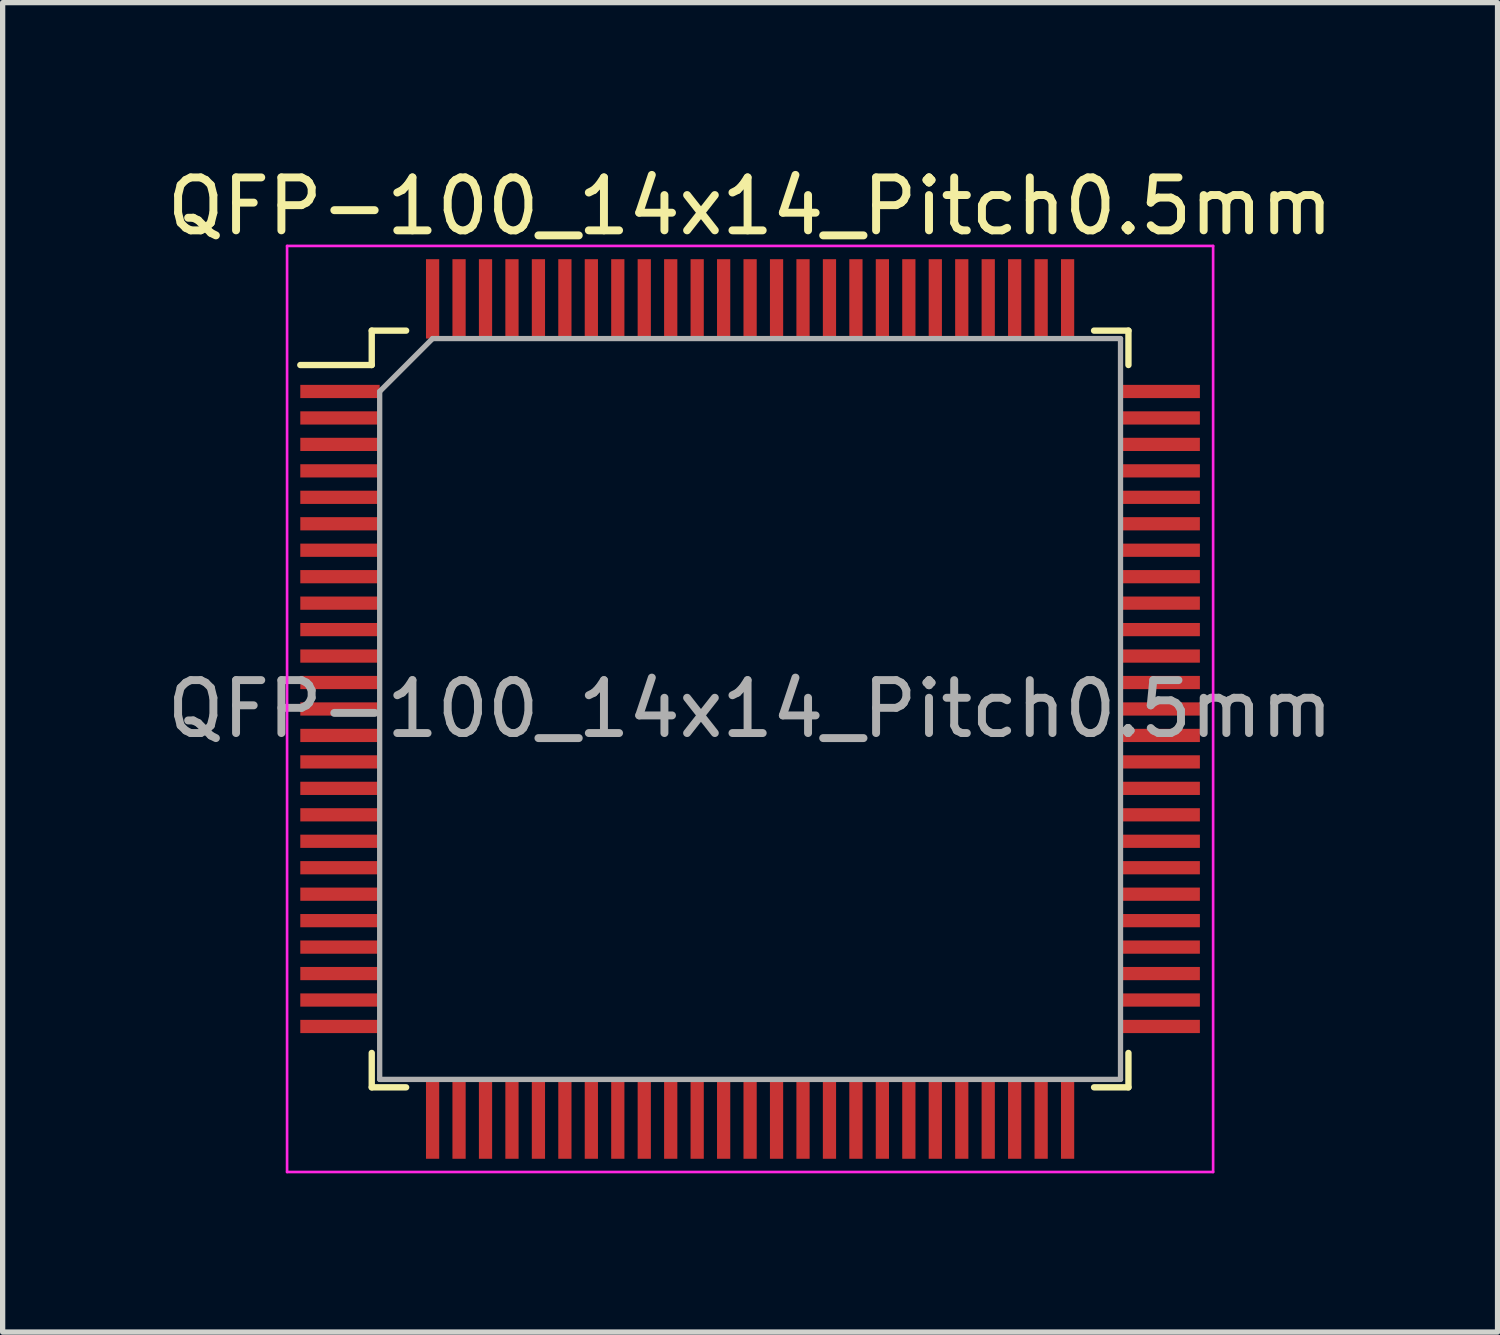
<source format=kicad_pcb>
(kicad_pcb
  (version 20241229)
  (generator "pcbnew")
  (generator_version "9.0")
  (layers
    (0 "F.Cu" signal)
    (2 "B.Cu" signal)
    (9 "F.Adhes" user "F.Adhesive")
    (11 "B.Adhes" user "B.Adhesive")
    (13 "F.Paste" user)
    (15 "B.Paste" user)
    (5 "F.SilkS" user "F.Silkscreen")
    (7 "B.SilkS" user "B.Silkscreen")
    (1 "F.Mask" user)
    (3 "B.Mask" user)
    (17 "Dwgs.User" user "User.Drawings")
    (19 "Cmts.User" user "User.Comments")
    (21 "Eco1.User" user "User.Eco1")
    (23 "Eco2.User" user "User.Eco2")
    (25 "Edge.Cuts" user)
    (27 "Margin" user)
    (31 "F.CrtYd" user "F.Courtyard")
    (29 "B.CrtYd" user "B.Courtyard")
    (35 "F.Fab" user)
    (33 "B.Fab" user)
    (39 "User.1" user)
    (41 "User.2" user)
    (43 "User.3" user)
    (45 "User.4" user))
  (footprint "QFP-100_14x14_Pitch0.5mm"
    (layer "F.Cu")
    (at 11.125 10.348)
    (property "Reference" "QFP-100_14x14_Pitch0.5mm" (at 0 -9.5 0) (layer "F.SilkS") (effects (font (size 1 1) (thickness 0.15))))
    (attr smd)
    (fp_line (start -7.15 -7.15) (end -7.15 -6.5) (stroke (width 0.12) (type default)) (layer "F.SilkS"))
    (fp_line (start -7.15 -6.5) (end -8.5 -6.5) (stroke (width 0.12) (type default)) (layer "F.SilkS"))
    (fp_line (start -7.15 7.15) (end -7.15 6.5) (stroke (width 0.12) (type default)) (layer "F.SilkS"))
    (fp_line (start -6.5 -7.15) (end -7.15 -7.15) (stroke (width 0.12) (type default)) (layer "F.SilkS"))
    (fp_line (start -6.5 7.15) (end -7.15 7.15) (stroke (width 0.12) (type default)) (layer "F.SilkS"))
    (fp_line (start 6.5 -7.15) (end 7.15 -7.15) (stroke (width 0.12) (type default)) (layer "F.SilkS"))
    (fp_line (start 6.5 7.15) (end 7.15 7.15) (stroke (width 0.12) (type default)) (layer "F.SilkS"))
    (fp_line (start 7.15 -7.15) (end 7.15 -6.5) (stroke (width 0.12) (type default)) (layer "F.SilkS"))
    (fp_line (start 7.15 7.15) (end 7.15 6.5) (stroke (width 0.12) (type default)) (layer "F.SilkS"))
    (fp_line (start -8.75 -8.75) (end 8.75 -8.75) (stroke (width 0.05) (type default)) (layer "F.CrtYd"))
    (fp_line (start -8.75 8.75) (end -8.75 -8.75) (stroke (width 0.05) (type default)) (layer "F.CrtYd"))
    (fp_line (start 8.75 -8.75) (end 8.75 8.75) (stroke (width 0.05) (type default)) (layer "F.CrtYd"))
    (fp_line (start 8.75 8.75) (end -8.75 8.75) (stroke (width 0.05) (type default)) (layer "F.CrtYd"))
    (fp_line (start -7 -6) (end -7 7) (stroke (width 0.1) (type default)) (layer "F.Fab"))
    (fp_line (start -7 7) (end 7 7) (stroke (width 0.1) (type default)) (layer "F.Fab"))
    (fp_line (start -6 -7) (end -7 -6) (stroke (width 0.1) (type default)) (layer "F.Fab"))
    (fp_line (start 7 -7) (end -6 -7) (stroke (width 0.1) (type default)) (layer "F.Fab"))
    (fp_line (start 7 7) (end 7 -7) (stroke (width 0.1) (type default)) (layer "F.Fab"))
    (fp_text user "${REFERENCE}" (at 0 0 0) (layer "F.Fab") (effects (font (size 1 1) (thickness 0.15))))
    (pad "1" smd rect (at -7.75 -6 90) (size 0.25 1.5) (layers "F.Cu" "F.Mask" "F.Paste"))
    (pad "2" smd rect (at -7.75 -5.5 90) (size 0.25 1.5) (layers "F.Cu" "F.Mask" "F.Paste"))
    (pad "3" smd rect (at -7.75 -5 90) (size 0.25 1.5) (layers "F.Cu" "F.Mask" "F.Paste"))
    (pad "4" smd rect (at -7.75 -4.5 90) (size 0.25 1.5) (layers "F.Cu" "F.Mask" "F.Paste"))
    (pad "5" smd rect (at -7.75 -4 90) (size 0.25 1.5) (layers "F.Cu" "F.Mask" "F.Paste"))
    (pad "6" smd rect (at -7.75 -3.5 90) (size 0.25 1.5) (layers "F.Cu" "F.Mask" "F.Paste"))
    (pad "7" smd rect (at -7.75 -3 90) (size 0.25 1.5) (layers "F.Cu" "F.Mask" "F.Paste"))
    (pad "8" smd rect (at -7.75 -2.5 90) (size 0.25 1.5) (layers "F.Cu" "F.Mask" "F.Paste"))
    (pad "9" smd rect (at -7.75 -2 90) (size 0.25 1.5) (layers "F.Cu" "F.Mask" "F.Paste"))
    (pad "10" smd rect (at -7.75 -1.5 90) (size 0.25 1.5) (layers "F.Cu" "F.Mask" "F.Paste"))
    (pad "11" smd rect (at -7.75 -1 90) (size 0.25 1.5) (layers "F.Cu" "F.Mask" "F.Paste"))
    (pad "12" smd rect (at -7.75 -0.5 90) (size 0.25 1.5) (layers "F.Cu" "F.Mask" "F.Paste"))
    (pad "13" smd rect (at -7.75 0 90) (size 0.25 1.5) (layers "F.Cu" "F.Mask" "F.Paste"))
    (pad "14" smd rect (at -7.75 0.5 90) (size 0.25 1.5) (layers "F.Cu" "F.Mask" "F.Paste"))
    (pad "15" smd rect (at -7.75 1 90) (size 0.25 1.5) (layers "F.Cu" "F.Mask" "F.Paste"))
    (pad "16" smd rect (at -7.75 1.5 90) (size 0.25 1.5) (layers "F.Cu" "F.Mask" "F.Paste"))
    (pad "17" smd rect (at -7.75 2 90) (size 0.25 1.5) (layers "F.Cu" "F.Mask" "F.Paste"))
    (pad "18" smd rect (at -7.75 2.5 90) (size 0.25 1.5) (layers "F.Cu" "F.Mask" "F.Paste"))
    (pad "19" smd rect (at -7.75 3 90) (size 0.25 1.5) (layers "F.Cu" "F.Mask" "F.Paste"))
    (pad "20" smd rect (at -7.75 3.5 90) (size 0.25 1.5) (layers "F.Cu" "F.Mask" "F.Paste"))
    (pad "21" smd rect (at -7.75 4 90) (size 0.25 1.5) (layers "F.Cu" "F.Mask" "F.Paste"))
    (pad "22" smd rect (at -7.75 4.5 90) (size 0.25 1.5) (layers "F.Cu" "F.Mask" "F.Paste"))
    (pad "23" smd rect (at -7.75 5 90) (size 0.25 1.5) (layers "F.Cu" "F.Mask" "F.Paste"))
    (pad "24" smd rect (at -7.75 5.5 90) (size 0.25 1.5) (layers "F.Cu" "F.Mask" "F.Paste"))
    (pad "25" smd rect (at -7.75 6 90) (size 0.25 1.5) (layers "F.Cu" "F.Mask" "F.Paste"))
    (pad "26" smd rect (at -6 7.75) (size 0.25 1.5) (layers "F.Cu" "F.Mask" "F.Paste"))
    (pad "27" smd rect (at -5.5 7.75) (size 0.25 1.5) (layers "F.Cu" "F.Mask" "F.Paste"))
    (pad "28" smd rect (at -5 7.75) (size 0.25 1.5) (layers "F.Cu" "F.Mask" "F.Paste"))
    (pad "29" smd rect (at -4.5 7.75) (size 0.25 1.5) (layers "F.Cu" "F.Mask" "F.Paste"))
    (pad "30" smd rect (at -4 7.75) (size 0.25 1.5) (layers "F.Cu" "F.Mask" "F.Paste"))
    (pad "31" smd rect (at -3.5 7.75) (size 0.25 1.5) (layers "F.Cu" "F.Mask" "F.Paste"))
    (pad "32" smd rect (at -3 7.75) (size 0.25 1.5) (layers "F.Cu" "F.Mask" "F.Paste"))
    (pad "33" smd rect (at -2.5 7.75) (size 0.25 1.5) (layers "F.Cu" "F.Mask" "F.Paste"))
    (pad "34" smd rect (at -2 7.75) (size 0.25 1.5) (layers "F.Cu" "F.Mask" "F.Paste"))
    (pad "35" smd rect (at -1.5 7.75) (size 0.25 1.5) (layers "F.Cu" "F.Mask" "F.Paste"))
    (pad "36" smd rect (at -1 7.75) (size 0.25 1.5) (layers "F.Cu" "F.Mask" "F.Paste"))
    (pad "37" smd rect (at -0.5 7.75) (size 0.25 1.5) (layers "F.Cu" "F.Mask" "F.Paste"))
    (pad "38" smd rect (at 0 7.75) (size 0.25 1.5) (layers "F.Cu" "F.Mask" "F.Paste"))
    (pad "39" smd rect (at 0.5 7.75) (size 0.25 1.5) (layers "F.Cu" "F.Mask" "F.Paste"))
    (pad "40" smd rect (at 1 7.75) (size 0.25 1.5) (layers "F.Cu" "F.Mask" "F.Paste"))
    (pad "41" smd rect (at 1.5 7.75) (size 0.25 1.5) (layers "F.Cu" "F.Mask" "F.Paste"))
    (pad "42" smd rect (at 2 7.75) (size 0.25 1.5) (layers "F.Cu" "F.Mask" "F.Paste"))
    (pad "43" smd rect (at 2.5 7.75) (size 0.25 1.5) (layers "F.Cu" "F.Mask" "F.Paste"))
    (pad "44" smd rect (at 3 7.75) (size 0.25 1.5) (layers "F.Cu" "F.Mask" "F.Paste"))
    (pad "45" smd rect (at 3.5 7.75) (size 0.25 1.5) (layers "F.Cu" "F.Mask" "F.Paste"))
    (pad "46" smd rect (at 4 7.75) (size 0.25 1.5) (layers "F.Cu" "F.Mask" "F.Paste"))
    (pad "47" smd rect (at 4.5 7.75) (size 0.25 1.5) (layers "F.Cu" "F.Mask" "F.Paste"))
    (pad "48" smd rect (at 5 7.75) (size 0.25 1.5) (layers "F.Cu" "F.Mask" "F.Paste"))
    (pad "49" smd rect (at 5.5 7.75) (size 0.25 1.5) (layers "F.Cu" "F.Mask" "F.Paste"))
    (pad "50" smd rect (at 6 7.75) (size 0.25 1.5) (layers "F.Cu" "F.Mask" "F.Paste"))
    (pad "51" smd rect (at 7.75 6 90) (size 0.25 1.5) (layers "F.Cu" "F.Mask" "F.Paste"))
    (pad "52" smd rect (at 7.75 5.5 90) (size 0.25 1.5) (layers "F.Cu" "F.Mask" "F.Paste"))
    (pad "53" smd rect (at 7.75 5 90) (size 0.25 1.5) (layers "F.Cu" "F.Mask" "F.Paste"))
    (pad "54" smd rect (at 7.75 4.5 90) (size 0.25 1.5) (layers "F.Cu" "F.Mask" "F.Paste"))
    (pad "55" smd rect (at 7.75 4 90) (size 0.25 1.5) (layers "F.Cu" "F.Mask" "F.Paste"))
    (pad "56" smd rect (at 7.75 3.5 90) (size 0.25 1.5) (layers "F.Cu" "F.Mask" "F.Paste"))
    (pad "57" smd rect (at 7.75 3 90) (size 0.25 1.5) (layers "F.Cu" "F.Mask" "F.Paste"))
    (pad "58" smd rect (at 7.75 2.5 90) (size 0.25 1.5) (layers "F.Cu" "F.Mask" "F.Paste"))
    (pad "59" smd rect (at 7.75 2 90) (size 0.25 1.5) (layers "F.Cu" "F.Mask" "F.Paste"))
    (pad "60" smd rect (at 7.75 1.5 90) (size 0.25 1.5) (layers "F.Cu" "F.Mask" "F.Paste"))
    (pad "61" smd rect (at 7.75 1 90) (size 0.25 1.5) (layers "F.Cu" "F.Mask" "F.Paste"))
    (pad "62" smd rect (at 7.75 0.5 90) (size 0.25 1.5) (layers "F.Cu" "F.Mask" "F.Paste"))
    (pad "63" smd rect (at 7.75 0 90) (size 0.25 1.5) (layers "F.Cu" "F.Mask" "F.Paste"))
    (pad "64" smd rect (at 7.75 -0.5 90) (size 0.25 1.5) (layers "F.Cu" "F.Mask" "F.Paste"))
    (pad "65" smd rect (at 7.75 -1 90) (size 0.25 1.5) (layers "F.Cu" "F.Mask" "F.Paste"))
    (pad "66" smd rect (at 7.75 -1.5 90) (size 0.25 1.5) (layers "F.Cu" "F.Mask" "F.Paste"))
    (pad "67" smd rect (at 7.75 -2 90) (size 0.25 1.5) (layers "F.Cu" "F.Mask" "F.Paste"))
    (pad "68" smd rect (at 7.75 -2.5 90) (size 0.25 1.5) (layers "F.Cu" "F.Mask" "F.Paste"))
    (pad "69" smd rect (at 7.75 -3 90) (size 0.25 1.5) (layers "F.Cu" "F.Mask" "F.Paste"))
    (pad "70" smd rect (at 7.75 -3.5 90) (size 0.25 1.5) (layers "F.Cu" "F.Mask" "F.Paste"))
    (pad "71" smd rect (at 7.75 -4 90) (size 0.25 1.5) (layers "F.Cu" "F.Mask" "F.Paste"))
    (pad "72" smd rect (at 7.75 -4.5 90) (size 0.25 1.5) (layers "F.Cu" "F.Mask" "F.Paste"))
    (pad "73" smd rect (at 7.75 -5 90) (size 0.25 1.5) (layers "F.Cu" "F.Mask" "F.Paste"))
    (pad "74" smd rect (at 7.75 -5.5 90) (size 0.25 1.5) (layers "F.Cu" "F.Mask" "F.Paste"))
    (pad "75" smd rect (at 7.75 -6 90) (size 0.25 1.5) (layers "F.Cu" "F.Mask" "F.Paste"))
    (pad "76" smd rect (at 6 -7.75) (size 0.25 1.5) (layers "F.Cu" "F.Mask" "F.Paste"))
    (pad "77" smd rect (at 5.5 -7.75) (size 0.25 1.5) (layers "F.Cu" "F.Mask" "F.Paste"))
    (pad "78" smd rect (at 5 -7.75) (size 0.25 1.5) (layers "F.Cu" "F.Mask" "F.Paste"))
    (pad "79" smd rect (at 4.5 -7.75) (size 0.25 1.5) (layers "F.Cu" "F.Mask" "F.Paste"))
    (pad "80" smd rect (at 4 -7.75) (size 0.25 1.5) (layers "F.Cu" "F.Mask" "F.Paste"))
    (pad "81" smd rect (at 3.5 -7.75) (size 0.25 1.5) (layers "F.Cu" "F.Mask" "F.Paste"))
    (pad "82" smd rect (at 3 -7.75) (size 0.25 1.5) (layers "F.Cu" "F.Mask" "F.Paste"))
    (pad "83" smd rect (at 2.5 -7.75) (size 0.25 1.5) (layers "F.Cu" "F.Mask" "F.Paste"))
    (pad "84" smd rect (at 2 -7.75) (size 0.25 1.5) (layers "F.Cu" "F.Mask" "F.Paste"))
    (pad "85" smd rect (at 1.5 -7.75) (size 0.25 1.5) (layers "F.Cu" "F.Mask" "F.Paste"))
    (pad "86" smd rect (at 1 -7.75) (size 0.25 1.5) (layers "F.Cu" "F.Mask" "F.Paste"))
    (pad "87" smd rect (at 0.5 -7.75) (size 0.25 1.5) (layers "F.Cu" "F.Mask" "F.Paste"))
    (pad "88" smd rect (at 0 -7.75) (size 0.25 1.5) (layers "F.Cu" "F.Mask" "F.Paste"))
    (pad "89" smd rect (at -0.5 -7.75) (size 0.25 1.5) (layers "F.Cu" "F.Mask" "F.Paste"))
    (pad "90" smd rect (at -1 -7.75) (size 0.25 1.5) (layers "F.Cu" "F.Mask" "F.Paste"))
    (pad "91" smd rect (at -1.5 -7.75) (size 0.25 1.5) (layers "F.Cu" "F.Mask" "F.Paste"))
    (pad "92" smd rect (at -2 -7.75) (size 0.25 1.5) (layers "F.Cu" "F.Mask" "F.Paste"))
    (pad "93" smd rect (at -2.5 -7.75) (size 0.25 1.5) (layers "F.Cu" "F.Mask" "F.Paste"))
    (pad "94" smd rect (at -3 -7.75) (size 0.25 1.5) (layers "F.Cu" "F.Mask" "F.Paste"))
    (pad "95" smd rect (at -3.5 -7.75) (size 0.25 1.5) (layers "F.Cu" "F.Mask" "F.Paste"))
    (pad "96" smd rect (at -4 -7.75) (size 0.25 1.5) (layers "F.Cu" "F.Mask" "F.Paste"))
    (pad "97" smd rect (at -4.5 -7.75) (size 0.25 1.5) (layers "F.Cu" "F.Mask" "F.Paste"))
    (pad "98" smd rect (at -5 -7.75) (size 0.25 1.5) (layers "F.Cu" "F.Mask" "F.Paste"))
    (pad "99" smd rect (at -5.5 -7.75) (size 0.25 1.5) (layers "F.Cu" "F.Mask" "F.Paste"))
    (pad "100" smd rect (at -6 -7.75) (size 0.25 1.5) (layers "F.Cu" "F.Mask" "F.Paste")))
  (gr_rect
    (start -3 -3)
    (end 25.25 22.123)
    (stroke (width 0.1) (type default))
    (fill no)
    (layer "Edge.Cuts")))
</source>
